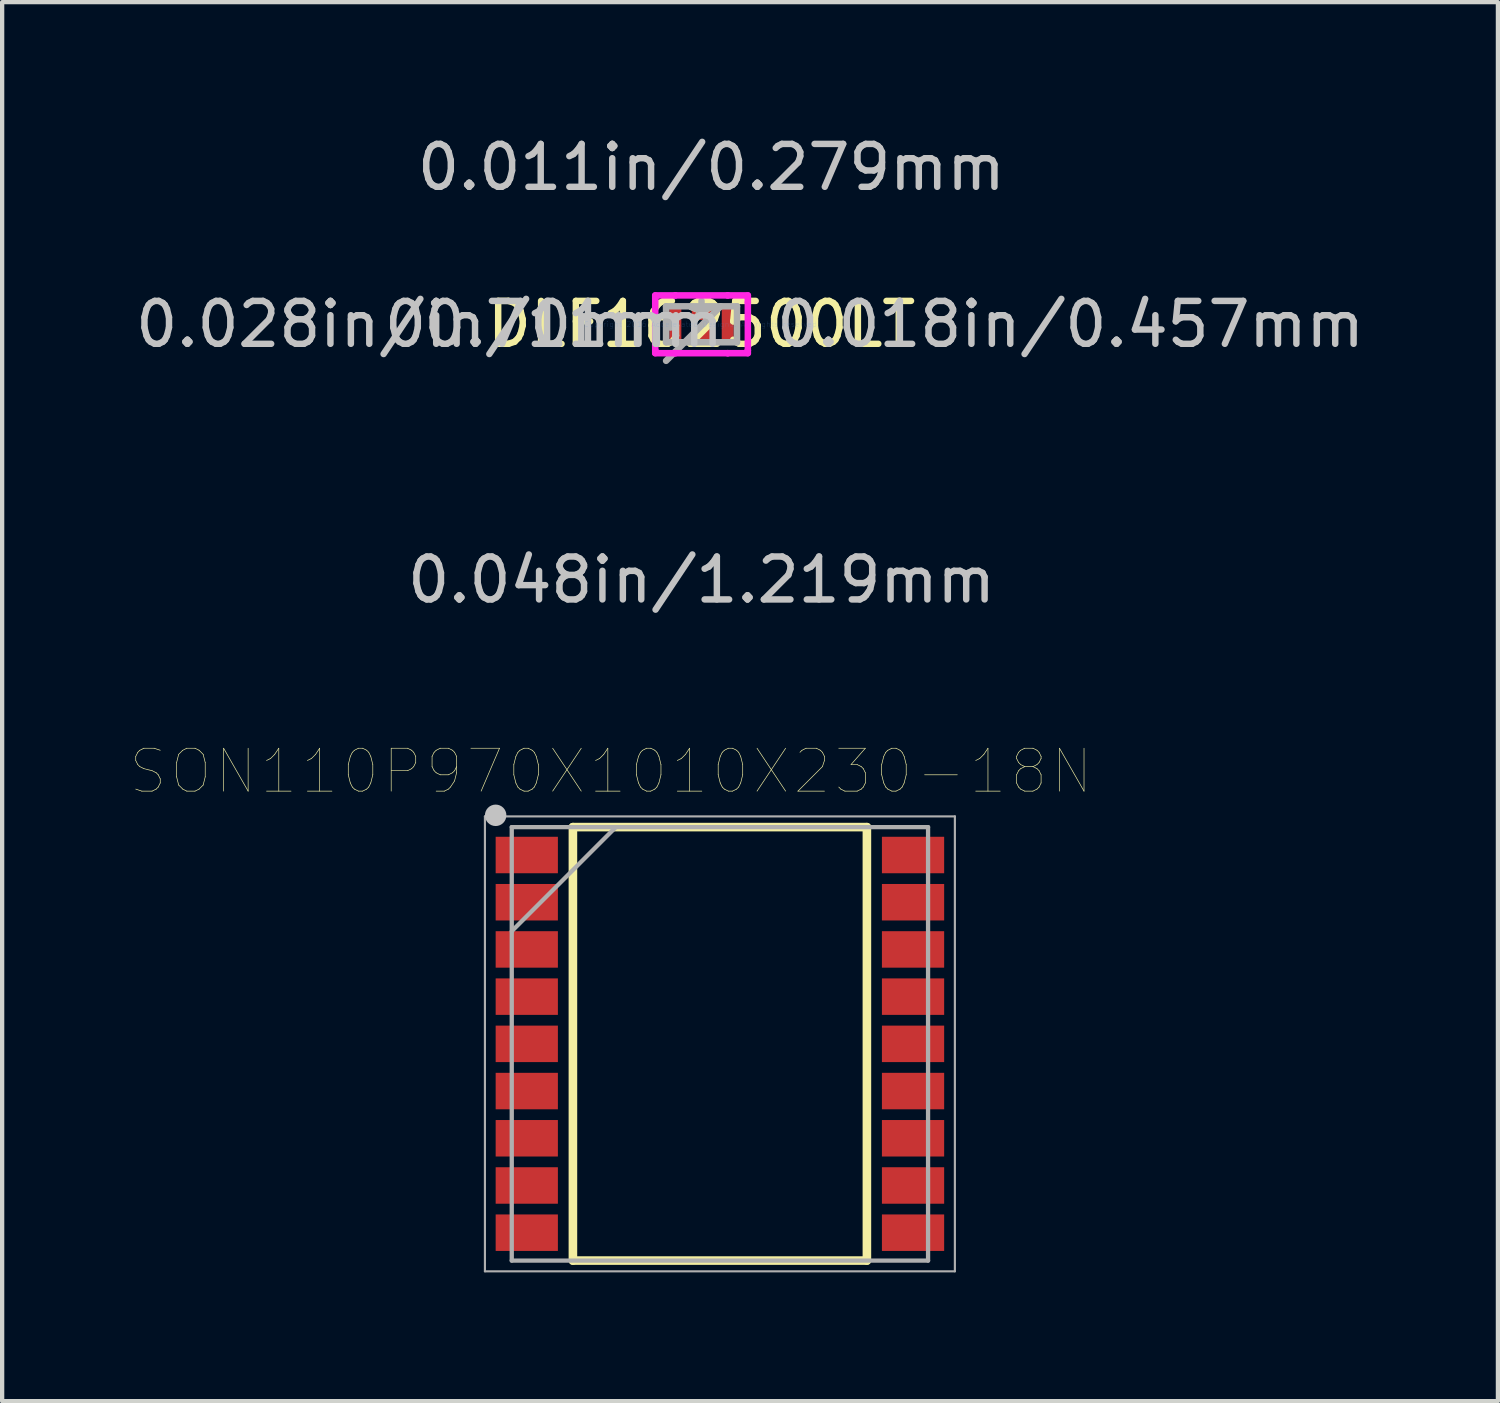
<source format=kicad_pcb>
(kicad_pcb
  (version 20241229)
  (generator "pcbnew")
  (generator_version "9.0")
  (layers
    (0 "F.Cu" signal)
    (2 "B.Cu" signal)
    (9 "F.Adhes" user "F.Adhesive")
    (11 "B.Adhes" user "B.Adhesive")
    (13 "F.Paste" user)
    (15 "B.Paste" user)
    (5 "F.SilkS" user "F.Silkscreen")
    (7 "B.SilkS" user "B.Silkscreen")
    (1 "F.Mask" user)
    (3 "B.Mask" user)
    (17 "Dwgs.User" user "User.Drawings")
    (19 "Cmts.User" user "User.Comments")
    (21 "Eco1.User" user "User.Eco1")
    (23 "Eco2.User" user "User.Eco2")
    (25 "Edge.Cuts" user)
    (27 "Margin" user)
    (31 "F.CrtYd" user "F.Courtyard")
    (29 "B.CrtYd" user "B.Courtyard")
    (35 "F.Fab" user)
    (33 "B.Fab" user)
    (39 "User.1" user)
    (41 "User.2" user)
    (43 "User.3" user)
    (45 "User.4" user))
  (footprint "SON110P970X1010X230-18N"
    (layer "F.Cu")
    (at 13.724 21.272)
    (property "Reference" "SON110P970X1010X230-18N" (at -2.54 -6.35 0) (layer "F.SilkS") (effects (font (size 1 1) (thickness 0.015))))
    (attr through_hole)
    (fp_line (start -3.425 -5.05) (end 3.425 -5.05) (stroke (width 0.2) (type solid)) (layer "F.SilkS"))
    (fp_line (start -3.425 5.05) (end -3.425 -5.05) (stroke (width 0.2) (type solid)) (layer "F.SilkS"))
    (fp_line (start 3.425 -5.05) (end 3.425 5.05) (stroke (width 0.2) (type solid)) (layer "F.SilkS"))
    (fp_line (start 3.425 5.05) (end -3.425 5.05) (stroke (width 0.2) (type solid)) (layer "F.SilkS"))
    (fp_circle (center -5.225 -5.325) (end -5.1 -5.325) (stroke (width 0.25) (type solid)) (fill no) (layer "Dwgs.User"))
    (fp_line (start -5.475 -5.3) (end 5.475 -5.3) (stroke (width 0.05) (type solid)) (layer "F.Fab"))
    (fp_line (start -5.475 5.3) (end -5.475 -5.3) (stroke (width 0.05) (type solid)) (layer "F.Fab"))
    (fp_line (start -4.85 -5.05) (end 4.85 -5.05) (stroke (width 0.1) (type solid)) (layer "F.Fab"))
    (fp_line (start -4.85 -2.625) (end -2.425 -5.05) (stroke (width 0.1) (type solid)) (layer "F.Fab"))
    (fp_line (start -4.85 5.05) (end -4.85 -5.05) (stroke (width 0.1) (type solid)) (layer "F.Fab"))
    (fp_line (start 4.85 -5.05) (end 4.85 5.05) (stroke (width 0.1) (type solid)) (layer "F.Fab"))
    (fp_line (start 4.85 5.05) (end -4.85 5.05) (stroke (width 0.1) (type solid)) (layer "F.Fab"))
    (fp_line (start 5.475 -5.3) (end 5.475 5.3) (stroke (width 0.05) (type solid)) (layer "F.Fab"))
    (fp_line (start 5.475 5.3) (end -5.475 5.3) (stroke (width 0.05) (type solid)) (layer "F.Fab"))
    (pad "1" smd rect (at -4.5 -4.4) (size 1.45 0.85) (layers "F.Cu" "F.Mask" "F.Paste"))
    (pad "2" smd rect (at -4.5 -3.3) (size 1.45 0.85) (layers "F.Cu" "F.Mask" "F.Paste"))
    (pad "3" smd rect (at -4.5 -2.2) (size 1.45 0.85) (layers "F.Cu" "F.Mask" "F.Paste"))
    (pad "4" smd rect (at -4.5 -1.1) (size 1.45 0.85) (layers "F.Cu" "F.Mask" "F.Paste"))
    (pad "5" smd rect (at -4.5 0) (size 1.45 0.85) (layers "F.Cu" "F.Mask" "F.Paste"))
    (pad "6" smd rect (at -4.5 1.1) (size 1.45 0.85) (layers "F.Cu" "F.Mask" "F.Paste"))
    (pad "7" smd rect (at -4.5 2.2) (size 1.45 0.85) (layers "F.Cu" "F.Mask" "F.Paste"))
    (pad "8" smd rect (at -4.5 3.3) (size 1.45 0.85) (layers "F.Cu" "F.Mask" "F.Paste"))
    (pad "9" smd rect (at -4.5 4.4) (size 1.45 0.85) (layers "F.Cu" "F.Mask" "F.Paste"))
    (pad "10" smd rect (at 4.5 4.4) (size 1.45 0.85) (layers "F.Cu" "F.Mask" "F.Paste"))
    (pad "11" smd rect (at 4.5 3.3) (size 1.45 0.85) (layers "F.Cu" "F.Mask" "F.Paste"))
    (pad "12" smd rect (at 4.5 2.2) (size 1.45 0.85) (layers "F.Cu" "F.Mask" "F.Paste"))
    (pad "13" smd rect (at 4.5 1.1) (size 1.45 0.85) (layers "F.Cu" "F.Mask" "F.Paste"))
    (pad "14" smd rect (at 4.5 0) (size 1.45 0.85) (layers "F.Cu" "F.Mask" "F.Paste"))
    (pad "15" smd rect (at 4.5 -1.1) (size 1.45 0.85) (layers "F.Cu" "F.Mask" "F.Paste"))
    (pad "16" smd rect (at 4.5 -2.2) (size 1.45 0.85) (layers "F.Cu" "F.Mask" "F.Paste"))
    (pad "17" smd rect (at 4.5 -3.3) (size 1.45 0.85) (layers "F.Cu" "F.Mask" "F.Paste"))
    (pad "18" smd rect (at 4.5 -4.4) (size 1.45 0.85) (layers "F.Cu" "F.Mask" "F.Paste")))
  (footprint "DLF162500LT"
    (layer "F.Cu")
    (at 13.296 4.506)
    (property "Reference" "DLF162500LT" (at 0 0 0) (layer "F.SilkS") (effects (font (size 1 1) (thickness 0.15))))
    (attr through_hole)
    (fp_line (start -1.079 -0.673) (end -0.61 -0.673) (stroke (width 0.152) (type solid)) (layer "F.CrtYd"))
    (fp_line (start -1.079 -0.61) (end -1.079 -0.673) (stroke (width 0.152) (type solid)) (layer "F.CrtYd"))
    (fp_line (start -1.079 -0.61) (end -1.079 -0.61) (stroke (width 0.152) (type solid)) (layer "F.CrtYd"))
    (fp_line (start -1.079 0.61) (end -1.079 -0.61) (stroke (width 0.152) (type solid)) (layer "F.CrtYd"))
    (fp_line (start -1.079 0.61) (end -1.079 0.61) (stroke (width 0.152) (type solid)) (layer "F.CrtYd"))
    (fp_line (start -1.079 0.673) (end -1.079 0.61) (stroke (width 0.152) (type solid)) (layer "F.CrtYd"))
    (fp_line (start -0.61 -0.673) (end -0.61 -0.673) (stroke (width 0.152) (type solid)) (layer "F.CrtYd"))
    (fp_line (start -0.61 -0.673) (end 0.61 -0.673) (stroke (width 0.152) (type solid)) (layer "F.CrtYd"))
    (fp_line (start -0.61 0.673) (end -1.079 0.673) (stroke (width 0.152) (type solid)) (layer "F.CrtYd"))
    (fp_line (start -0.61 0.673) (end -0.61 0.673) (stroke (width 0.152) (type solid)) (layer "F.CrtYd"))
    (fp_line (start 0.61 -0.673) (end 0.61 -0.673) (stroke (width 0.152) (type solid)) (layer "F.CrtYd"))
    (fp_line (start 0.61 -0.673) (end 1.079 -0.673) (stroke (width 0.152) (type solid)) (layer "F.CrtYd"))
    (fp_line (start 0.61 0.673) (end -0.61 0.673) (stroke (width 0.152) (type solid)) (layer "F.CrtYd"))
    (fp_line (start 0.61 0.673) (end 0.61 0.673) (stroke (width 0.152) (type solid)) (layer "F.CrtYd"))
    (fp_line (start 1.079 -0.673) (end 1.079 -0.61) (stroke (width 0.152) (type solid)) (layer "F.CrtYd"))
    (fp_line (start 1.079 -0.61) (end 1.079 -0.508) (stroke (width 0.152) (type solid)) (layer "F.CrtYd"))
    (fp_line (start 1.079 -0.508) (end 1.079 0.61) (stroke (width 0.152) (type solid)) (layer "F.CrtYd"))
    (fp_line (start 1.079 0.61) (end 1.079 0.61) (stroke (width 0.152) (type solid)) (layer "F.CrtYd"))
    (fp_line (start 1.079 0.61) (end 1.079 0.673) (stroke (width 0.152) (type solid)) (layer "F.CrtYd"))
    (fp_line (start 1.079 0.673) (end 0.61 0.673) (stroke (width 0.152) (type solid)) (layer "F.CrtYd"))
    (fp_line (start -0.826 -0.419) (end -0.826 0.419) (stroke (width 0.152) (type solid)) (layer "F.Fab"))
    (fp_line (start -0.826 0.419) (end 0.826 0.419) (stroke (width 0.152) (type solid)) (layer "F.Fab"))
    (fp_line (start -0.826 0.851) (end 0.445 -0.419) (stroke (width 0.152) (type solid)) (layer "F.Fab"))
    (fp_line (start 0.826 -0.419) (end -0.826 -0.419) (stroke (width 0.152) (type solid)) (layer "F.Fab"))
    (fp_line (start 0.826 0.419) (end 0.826 -0.419) (stroke (width 0.152) (type solid)) (layer "F.Fab"))
    (fp_circle (center -0.724 0) (end -0.648 0) (stroke (width 0.152) (type solid)) (fill no) (layer "F.Fab"))
    (fp_text user "*" (at 0 0 0) (layer "F.SilkS") (effects (font (size 1 1) (thickness 0.15))))
    (fp_text user "0.028in/0.711mm" (at -6.337 0 0) (layer "Dwgs.User") (effects (font (size 1 1) (thickness 0.15))))
    (fp_text user "0.048in/1.219mm" (at 0 5.956 0) (layer "Dwgs.User") (effects (font (size 1 1) (thickness 0.15))))
    (fp_text user "0in/0mm" (at -3.873 0 0) (layer "Dwgs.User") (effects (font (size 1 1) (thickness 0.15))))
    (fp_text user "0.018in/0.457mm" (at 8.598 0 0) (layer "Dwgs.User") (effects (font (size 1 1) (thickness 0.15))))
    (fp_text user "0.011in/0.279mm" (at 0.229 -3.658 0) (layer "Dwgs.User") (effects (font (size 1 1) (thickness 0.15))))
    (fp_text user "Copyright 2016 Accelerated Designs. All rights reserved." (at 0 0 0) (layer "Cmts.User") (effects (font (size 0.127 0.127) (thickness 0.002))))
    (fp_text user "*" (at 0 0 0) (layer "F.Fab") (effects (font (size 1 1) (thickness 0.15))))
    (pad "1" smd rect (at -0.61 0) (size 0.279 0.711) (layers "F.Cu" "F.Mask" "F.Paste"))
    (pad "2" smd rect (at 0 -0.229 90) (size 0.254 0.457) (layers "F.Cu" "F.Mask" "F.Paste"))
    (pad "3" smd rect (at 0.61 0) (size 0.279 0.711) (layers "F.Cu" "F.Mask" "F.Paste"))
    (pad "4" smd rect (at 0 0.229 90) (size 0.254 0.457) (layers "F.Cu" "F.Mask" "F.Paste")))
  (gr_rect
    (start -3 -3)
    (end 31.852 29.597)
    (stroke (width 0.1) (type default))
    (fill no)
    (layer "Edge.Cuts")))
</source>
